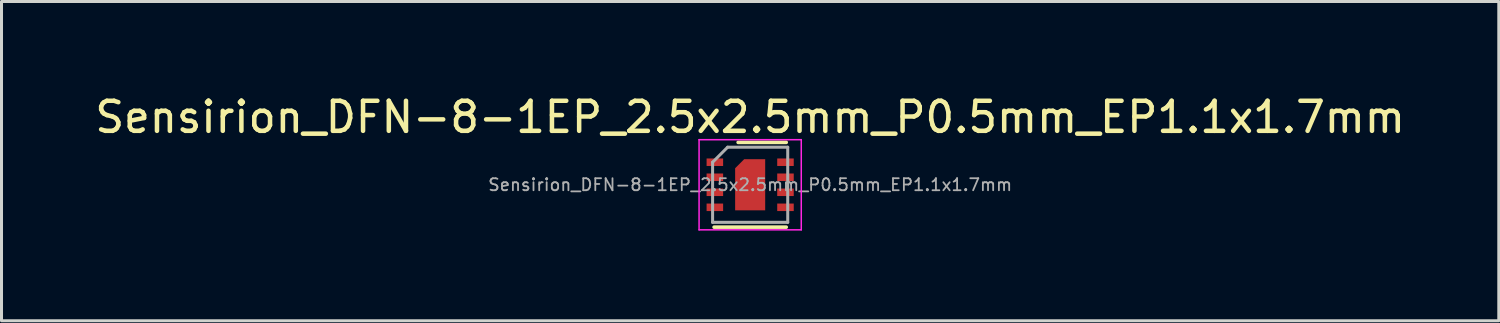
<source format=kicad_pcb>
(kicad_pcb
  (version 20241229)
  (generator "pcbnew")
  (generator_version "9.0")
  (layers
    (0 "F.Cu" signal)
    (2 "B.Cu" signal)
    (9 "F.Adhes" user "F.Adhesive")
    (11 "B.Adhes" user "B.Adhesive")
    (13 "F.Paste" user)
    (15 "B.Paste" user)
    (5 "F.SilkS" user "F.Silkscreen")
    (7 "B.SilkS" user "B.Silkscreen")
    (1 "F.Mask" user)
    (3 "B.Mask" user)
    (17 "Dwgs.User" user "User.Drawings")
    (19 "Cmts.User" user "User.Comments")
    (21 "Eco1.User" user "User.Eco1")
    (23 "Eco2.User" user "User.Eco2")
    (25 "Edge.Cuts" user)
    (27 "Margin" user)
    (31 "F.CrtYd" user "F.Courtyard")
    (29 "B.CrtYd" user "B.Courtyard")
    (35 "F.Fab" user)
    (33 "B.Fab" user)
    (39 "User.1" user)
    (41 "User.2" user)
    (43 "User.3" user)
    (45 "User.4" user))
  (footprint "Sensirion_DFN-8-1EP_2.5x2.5mm_P0.5mm_EP1.1x1.7mm"
    (layer "F.Cu")
    (at 21.911 3.098)
    (property "Reference" "Sensirion_DFN-8-1EP_2.5x2.5mm_P0.5mm_EP1.1x1.7mm" (at 0 -2.25 0) (layer "F.SilkS") (effects (font (size 1 1) (thickness 0.15))))
    (attr smd)
    (fp_line (start -1.2 1.41) (end 1.2 1.41) (stroke (width 0.12) (type solid)) (layer "F.SilkS"))
    (fp_line (start -0.4 -1.41) (end 1.2 -1.41) (stroke (width 0.12) (type solid)) (layer "F.SilkS"))
    (fp_line (start -1.7 -1.5) (end -1.7 1.5) (stroke (width 0.05) (type solid)) (layer "F.CrtYd"))
    (fp_line (start -1.7 -1.5) (end 1.7 -1.5) (stroke (width 0.05) (type solid)) (layer "F.CrtYd"))
    (fp_line (start -1.7 1.5) (end 1.7 1.5) (stroke (width 0.05) (type solid)) (layer "F.CrtYd"))
    (fp_line (start 1.7 -1.5) (end 1.7 1.5) (stroke (width 0.05) (type solid)) (layer "F.CrtYd"))
    (fp_line (start -1.25 -0.75) (end -0.75 -1.25) (stroke (width 0.1) (type solid)) (layer "F.Fab"))
    (fp_line (start -1.25 1.25) (end -1.25 -0.75) (stroke (width 0.1) (type solid)) (layer "F.Fab"))
    (fp_line (start -0.75 -1.25) (end 1.25 -1.25) (stroke (width 0.1) (type solid)) (layer "F.Fab"))
    (fp_line (start 1.25 -1.25) (end 1.25 1.25) (stroke (width 0.1) (type solid)) (layer "F.Fab"))
    (fp_line (start 1.25 1.25) (end -1.25 1.25) (stroke (width 0.1) (type solid)) (layer "F.Fab"))
    (fp_text user "${REFERENCE}" (at 0 0 0) (layer "F.Fab") (effects (font (size 0.4 0.4) (thickness 0.06))))
    (pad "" smd custom (at 0 0) (size 0.9 0.9) (layers "F.Paste") (options (anchor rect)) (primitives (gr_poly (pts (xy 0.45 0.8) (xy -0.45 0.8) (xy -0.45 -0.53) (xy -0.18 -0.8) (xy 0.45 -0.8)) (width 0) (fill yes))))
    (pad "1" smd rect (at -1.175 -0.75) (size 0.55 0.25) (layers "F.Cu" "F.Mask" "F.Paste"))
    (pad "2" smd rect (at -1.175 -0.25) (size 0.55 0.25) (layers "F.Cu" "F.Mask" "F.Paste"))
    (pad "3" smd rect (at -1.175 0.25) (size 0.55 0.25) (layers "F.Cu" "F.Mask" "F.Paste"))
    (pad "4" smd rect (at -1.175 0.75 180) (size 0.55 0.25) (layers "F.Cu" "F.Mask" "F.Paste"))
    (pad "5" smd rect (at 1.175 0.75) (size 0.55 0.25) (layers "F.Cu" "F.Mask" "F.Paste"))
    (pad "6" smd rect (at 1.175 0.25) (size 0.55 0.25) (layers "F.Cu" "F.Mask" "F.Paste"))
    (pad "7" smd rect (at 1.175 -0.25) (size 0.55 0.25) (layers "F.Cu" "F.Mask" "F.Paste"))
    (pad "8" smd rect (at 1.175 -0.75) (size 0.55 0.25) (layers "F.Cu" "F.Mask" "F.Paste"))
    (pad "9" smd custom (at 0 0) (size 1 1) (layers "F.Cu" "F.Mask") (options (anchor circle)) (primitives (gr_poly (pts (xy 0.5 0.85) (xy -0.5 0.85) (xy -0.5 -0.55) (xy -0.2 -0.85) (xy 0.5 -0.85)) (width 0) (fill yes)))))
  (gr_rect
    (start -3 -3)
    (end 46.821 7.623)
    (stroke (width 0.1) (type default))
    (fill no)
    (layer "Edge.Cuts")))
</source>
